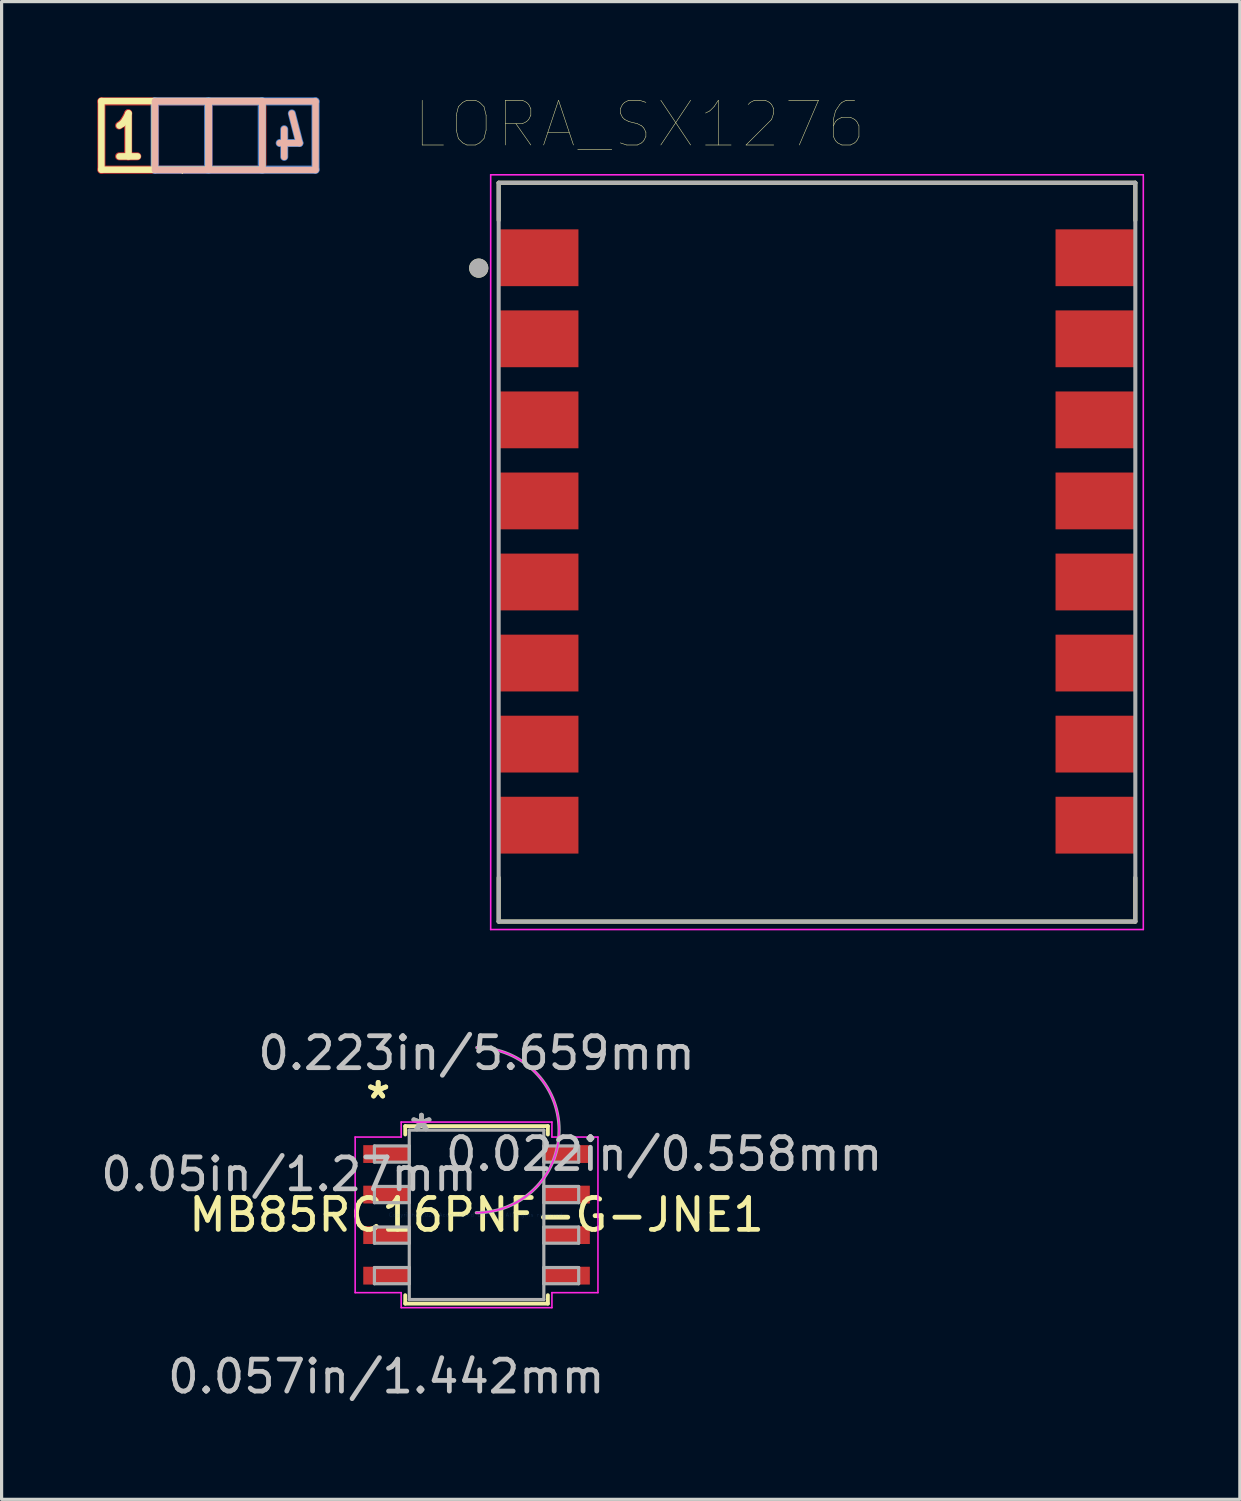
<source format=kicad_pcb>
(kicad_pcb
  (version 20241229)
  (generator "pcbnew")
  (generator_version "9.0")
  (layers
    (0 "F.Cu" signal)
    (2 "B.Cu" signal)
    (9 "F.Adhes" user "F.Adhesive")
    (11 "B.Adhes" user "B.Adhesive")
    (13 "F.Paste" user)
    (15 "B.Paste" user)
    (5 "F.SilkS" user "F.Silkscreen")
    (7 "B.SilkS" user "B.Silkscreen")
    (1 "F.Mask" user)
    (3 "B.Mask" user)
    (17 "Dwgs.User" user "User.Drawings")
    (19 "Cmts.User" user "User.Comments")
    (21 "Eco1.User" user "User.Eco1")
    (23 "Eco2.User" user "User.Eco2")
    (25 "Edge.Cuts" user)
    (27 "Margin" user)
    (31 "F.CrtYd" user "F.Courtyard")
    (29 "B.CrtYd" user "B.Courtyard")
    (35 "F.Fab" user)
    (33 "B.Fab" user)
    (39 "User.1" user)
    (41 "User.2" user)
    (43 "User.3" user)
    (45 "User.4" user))
  (footprint "MB85RC16PNF-G-JNE1"
    (layer "F.Cu")
    (at 11.883 35.018)
    (property "Reference" "MB85RC16PNF-G-JNE1" (at 0 0 0) (layer "F.SilkS") (effects (font (size 1 1) (thickness 0.15))))
    (attr through_hole)
    (fp_line (start -2.235 -2.781) (end -2.235 -2.517) (stroke (width 0.12) (type solid)) (layer "F.SilkS"))
    (fp_line (start -2.235 2.517) (end -2.235 2.781) (stroke (width 0.12) (type solid)) (layer "F.SilkS"))
    (fp_line (start -2.235 2.781) (end 2.235 2.781) (stroke (width 0.12) (type solid)) (layer "F.SilkS"))
    (fp_line (start 2.235 -2.781) (end -2.235 -2.781) (stroke (width 0.12) (type solid)) (layer "F.SilkS"))
    (fp_line (start 2.235 -2.517) (end 2.235 -2.781) (stroke (width 0.12) (type solid)) (layer "F.SilkS"))
    (fp_line (start 2.235 2.781) (end 2.235 2.517) (stroke (width 0.12) (type solid)) (layer "F.SilkS"))
    (fp_line (start -3.804 -2.438) (end -2.362 -2.438) (stroke (width 0.05) (type solid)) (layer "F.CrtYd"))
    (fp_line (start -3.804 2.438) (end -3.804 -2.438) (stroke (width 0.05) (type solid)) (layer "F.CrtYd"))
    (fp_line (start -2.362 -2.908) (end 2.362 -2.908) (stroke (width 0.05) (type solid)) (layer "F.CrtYd"))
    (fp_line (start -2.362 -2.438) (end -2.362 -2.908) (stroke (width 0.05) (type solid)) (layer "F.CrtYd"))
    (fp_line (start -2.362 2.438) (end -3.804 2.438) (stroke (width 0.05) (type solid)) (layer "F.CrtYd"))
    (fp_line (start -2.362 2.908) (end -2.362 2.438) (stroke (width 0.05) (type solid)) (layer "F.CrtYd"))
    (fp_line (start 2.362 -2.908) (end 2.362 -2.438) (stroke (width 0.05) (type solid)) (layer "F.CrtYd"))
    (fp_line (start 2.362 -2.438) (end 3.804 -2.438) (stroke (width 0.05) (type solid)) (layer "F.CrtYd"))
    (fp_line (start 2.362 2.438) (end 2.362 2.908) (stroke (width 0.05) (type solid)) (layer "F.CrtYd"))
    (fp_line (start 2.362 2.908) (end -2.362 2.908) (stroke (width 0.05) (type solid)) (layer "F.CrtYd"))
    (fp_line (start 3.804 -2.438) (end 3.804 2.438) (stroke (width 0.05) (type solid)) (layer "F.CrtYd"))
    (fp_line (start 3.804 2.438) (end 2.362 2.438) (stroke (width 0.05) (type solid)) (layer "F.CrtYd"))
    (fp_arc (start 0.008925 -5.241181) (mid 2.586881 -2.645375) (end -0.008925 -0.067419) (stroke (width 0.05) (type solid)) (layer "F.CrtYd"))
    (fp_line (start -3.2 -2.159) (end -3.2 -1.651) (stroke (width 0.1) (type solid)) (layer "F.Fab"))
    (fp_line (start -3.2 -1.651) (end -2.108 -1.651) (stroke (width 0.1) (type solid)) (layer "F.Fab"))
    (fp_line (start -3.2 -0.889) (end -3.2 -0.381) (stroke (width 0.1) (type solid)) (layer "F.Fab"))
    (fp_line (start -3.2 -0.381) (end -2.108 -0.381) (stroke (width 0.1) (type solid)) (layer "F.Fab"))
    (fp_line (start -3.2 0.381) (end -3.2 0.889) (stroke (width 0.1) (type solid)) (layer "F.Fab"))
    (fp_line (start -3.2 0.889) (end -2.108 0.889) (stroke (width 0.1) (type solid)) (layer "F.Fab"))
    (fp_line (start -3.2 1.651) (end -3.2 2.159) (stroke (width 0.1) (type solid)) (layer "F.Fab"))
    (fp_line (start -3.2 2.159) (end -2.108 2.159) (stroke (width 0.1) (type solid)) (layer "F.Fab"))
    (fp_line (start -2.108 -2.654) (end -2.108 2.654) (stroke (width 0.1) (type solid)) (layer "F.Fab"))
    (fp_line (start -2.108 -2.159) (end -3.2 -2.159) (stroke (width 0.1) (type solid)) (layer "F.Fab"))
    (fp_line (start -2.108 -1.651) (end -2.108 -2.159) (stroke (width 0.1) (type solid)) (layer "F.Fab"))
    (fp_line (start -2.108 -0.889) (end -3.2 -0.889) (stroke (width 0.1) (type solid)) (layer "F.Fab"))
    (fp_line (start -2.108 -0.381) (end -2.108 -0.889) (stroke (width 0.1) (type solid)) (layer "F.Fab"))
    (fp_line (start -2.108 0.381) (end -3.2 0.381) (stroke (width 0.1) (type solid)) (layer "F.Fab"))
    (fp_line (start -2.108 0.889) (end -2.108 0.381) (stroke (width 0.1) (type solid)) (layer "F.Fab"))
    (fp_line (start -2.108 1.651) (end -3.2 1.651) (stroke (width 0.1) (type solid)) (layer "F.Fab"))
    (fp_line (start -2.108 2.159) (end -2.108 1.651) (stroke (width 0.1) (type solid)) (layer "F.Fab"))
    (fp_line (start -2.108 2.654) (end 2.108 2.654) (stroke (width 0.1) (type solid)) (layer "F.Fab"))
    (fp_line (start 2.108 -2.654) (end -2.108 -2.654) (stroke (width 0.1) (type solid)) (layer "F.Fab"))
    (fp_line (start 2.108 -2.159) (end 2.108 -1.651) (stroke (width 0.1) (type solid)) (layer "F.Fab"))
    (fp_line (start 2.108 -1.651) (end 3.2 -1.651) (stroke (width 0.1) (type solid)) (layer "F.Fab"))
    (fp_line (start 2.108 -0.889) (end 2.108 -0.381) (stroke (width 0.1) (type solid)) (layer "F.Fab"))
    (fp_line (start 2.108 -0.381) (end 3.2 -0.381) (stroke (width 0.1) (type solid)) (layer "F.Fab"))
    (fp_line (start 2.108 0.381) (end 2.108 0.889) (stroke (width 0.1) (type solid)) (layer "F.Fab"))
    (fp_line (start 2.108 0.889) (end 3.2 0.889) (stroke (width 0.1) (type solid)) (layer "F.Fab"))
    (fp_line (start 2.108 1.651) (end 2.108 2.159) (stroke (width 0.1) (type solid)) (layer "F.Fab"))
    (fp_line (start 2.108 2.159) (end 3.2 2.159) (stroke (width 0.1) (type solid)) (layer "F.Fab"))
    (fp_line (start 2.108 2.654) (end 2.108 -2.654) (stroke (width 0.1) (type solid)) (layer "F.Fab"))
    (fp_line (start 3.2 -2.159) (end 2.108 -2.159) (stroke (width 0.1) (type solid)) (layer "F.Fab"))
    (fp_line (start 3.2 -1.651) (end 3.2 -2.159) (stroke (width 0.1) (type solid)) (layer "F.Fab"))
    (fp_line (start 3.2 -0.889) (end 2.108 -0.889) (stroke (width 0.1) (type solid)) (layer "F.Fab"))
    (fp_line (start 3.2 -0.381) (end 3.2 -0.889) (stroke (width 0.1) (type solid)) (layer "F.Fab"))
    (fp_line (start 3.2 0.381) (end 2.108 0.381) (stroke (width 0.1) (type solid)) (layer "F.Fab"))
    (fp_line (start 3.2 0.889) (end 3.2 0.381) (stroke (width 0.1) (type solid)) (layer "F.Fab"))
    (fp_line (start 3.2 1.651) (end 2.108 1.651) (stroke (width 0.1) (type solid)) (layer "F.Fab"))
    (fp_line (start 3.2 2.159) (end 3.2 1.651) (stroke (width 0.1) (type solid)) (layer "F.Fab"))
    (fp_arc (start 0.007742 -5.241181) (mid 2.586881 -2.646558) (end -0.007742 -0.067419) (stroke (width 0.1) (type solid)) (layer "F.Fab"))
    (fp_text user "*" (at -3.083 -3.606 0) (layer "F.SilkS") (effects (font (size 1 1) (thickness 0.15))))
    (fp_text user "*" (at -3.083 -3.606 0) (layer "F.SilkS") (effects (font (size 1 1) (thickness 0.15))))
    (fp_text user "0.05in/1.27mm" (at -5.877 -1.27 0) (layer "Dwgs.User") (effects (font (size 1 1) (thickness 0.15))))
    (fp_text user "0.223in/5.659mm" (at 0 -5.067 0) (layer "Dwgs.User") (effects (font (size 1 1) (thickness 0.15))))
    (fp_text user "0.022in/0.558mm" (at 5.877 -1.905 0) (layer "Dwgs.User") (effects (font (size 1 1) (thickness 0.15))))
    (fp_text user "0.057in/1.442mm" (at -2.829 5.067 0) (layer "Dwgs.User") (effects (font (size 1 1) (thickness 0.15))))
    (fp_text user "Copyright 2021 Accelerated Designs. All rights reserved." (at 0 0 0) (layer "Cmts.User") (effects (font (size 0.127 0.127) (thickness 0.002))))
    (fp_text user "*" (at -1.727 -2.578 0) (layer "F.Fab") (effects (font (size 1 1) (thickness 0.15))))
    (fp_text user "*" (at -1.727 -2.578 0) (layer "F.Fab") (effects (font (size 1 1) (thickness 0.15))))
    (pad "1" smd rect (at -2.829 -1.905) (size 1.442 0.558) (layers "F.Cu" "F.Mask" "F.Paste"))
    (pad "2" smd rect (at -2.829 -0.635) (size 1.442 0.558) (layers "F.Cu" "F.Mask" "F.Paste"))
    (pad "3" smd rect (at -2.829 0.635) (size 1.442 0.558) (layers "F.Cu" "F.Mask" "F.Paste"))
    (pad "4" smd rect (at -2.829 1.905) (size 1.442 0.558) (layers "F.Cu" "F.Mask" "F.Paste"))
    (pad "5" smd rect (at 2.829 1.905) (size 1.442 0.558) (layers "F.Cu" "F.Mask" "F.Paste"))
    (pad "6" smd rect (at 2.829 0.635) (size 1.442 0.558) (layers "F.Cu" "F.Mask" "F.Paste"))
    (pad "7" smd rect (at 2.829 -0.635) (size 1.442 0.558) (layers "F.Cu" "F.Mask" "F.Paste"))
    (pad "8" smd rect (at 2.829 -1.905) (size 1.442 0.558) (layers "F.Cu" "F.Mask" "F.Paste")))
  (footprint "LORA_SX1276"
    (layer "F.Cu")
    (at 22.551 14.252)
    (property "Reference" "LORA_SX1276" (at -5.562 -13.406 0) (layer "F.SilkS") (effects (font (size 1.402 1.402) (thickness 0.015))))
    (attr through_hole)
    (fp_line (start -9.975 -11.575) (end -9.975 -10.4) (stroke (width 0.127) (type solid)) (layer "F.SilkS"))
    (fp_line (start -9.975 11.575) (end -9.975 10.2) (stroke (width 0.127) (type solid)) (layer "F.SilkS"))
    (fp_line (start -9.975 11.575) (end 9.975 11.575) (stroke (width 0.127) (type solid)) (layer "F.SilkS"))
    (fp_line (start 9.975 -11.575) (end -9.975 -11.575) (stroke (width 0.127) (type solid)) (layer "F.SilkS"))
    (fp_line (start 9.975 -11.575) (end 9.975 -10.4) (stroke (width 0.127) (type solid)) (layer "F.SilkS"))
    (fp_line (start 9.975 11.575) (end 9.975 10.2) (stroke (width 0.127) (type solid)) (layer "F.SilkS"))
    (fp_circle (center -10.6 -8.9) (end -10.45 -8.9) (stroke (width 0.3) (type solid)) (fill no) (layer "F.SilkS"))
    (fp_line (start -10.225 -11.825) (end 10.225 -11.825) (stroke (width 0.05) (type solid)) (layer "F.CrtYd"))
    (fp_line (start -10.225 11.825) (end -10.225 -11.825) (stroke (width 0.05) (type solid)) (layer "F.CrtYd"))
    (fp_line (start 10.225 -11.825) (end 10.225 11.825) (stroke (width 0.05) (type solid)) (layer "F.CrtYd"))
    (fp_line (start 10.225 11.825) (end -10.225 11.825) (stroke (width 0.05) (type solid)) (layer "F.CrtYd"))
    (fp_line (start -9.975 -11.575) (end 9.975 -11.575) (stroke (width 0.127) (type solid)) (layer "F.Fab"))
    (fp_line (start -9.975 11.575) (end -9.975 -11.575) (stroke (width 0.127) (type solid)) (layer "F.Fab"))
    (fp_line (start 9.975 -11.575) (end 9.975 11.575) (stroke (width 0.127) (type solid)) (layer "F.Fab"))
    (fp_line (start 9.975 11.575) (end -9.975 11.575) (stroke (width 0.127) (type solid)) (layer "F.Fab"))
    (fp_circle (center -10.6 -8.9) (end -10.45 -8.9) (stroke (width 0.3) (type solid)) (fill no) (layer "F.Fab"))
    (pad "1" smd rect (at -8.725 -9.225) (size 2.5 1.78) (layers "F.Cu" "F.Mask" "F.Paste"))
    (pad "2" smd rect (at -8.725 -6.685) (size 2.5 1.78) (layers "F.Cu" "F.Mask" "F.Paste"))
    (pad "3" smd rect (at -8.725 -4.145) (size 2.5 1.78) (layers "F.Cu" "F.Mask" "F.Paste"))
    (pad "4" smd rect (at -8.725 -1.605) (size 2.5 1.78) (layers "F.Cu" "F.Mask" "F.Paste"))
    (pad "5" smd rect (at -8.725 0.935) (size 2.5 1.78) (layers "F.Cu" "F.Mask" "F.Paste"))
    (pad "6" smd rect (at -8.725 3.475) (size 2.5 1.78) (layers "F.Cu" "F.Mask" "F.Paste"))
    (pad "7" smd rect (at -8.725 6.015) (size 2.5 1.78) (layers "F.Cu" "F.Mask" "F.Paste"))
    (pad "8" smd rect (at -8.725 8.555) (size 2.5 1.78) (layers "F.Cu" "F.Mask" "F.Paste"))
    (pad "9" smd rect (at 8.725 8.555) (size 2.5 1.78) (layers "F.Cu" "F.Mask" "F.Paste"))
    (pad "10" smd rect (at 8.725 6.015) (size 2.5 1.78) (layers "F.Cu" "F.Mask" "F.Paste"))
    (pad "11" smd rect (at 8.725 3.475) (size 2.5 1.78) (layers "F.Cu" "F.Mask" "F.Paste"))
    (pad "12" smd rect (at 8.725 0.935) (size 2.5 1.78) (layers "F.Cu" "F.Mask" "F.Paste"))
    (pad "13" smd rect (at 8.725 -1.605) (size 2.5 1.78) (layers "F.Cu" "F.Mask" "F.Paste"))
    (pad "14" smd rect (at 8.725 -4.145) (size 2.5 1.78) (layers "F.Cu" "F.Mask" "F.Paste"))
    (pad "15" smd rect (at 8.725 -6.685) (size 2.5 1.78) (layers "F.Cu" "F.Mask" "F.Paste"))
    (pad "16" smd rect (at 8.725 -9.225) (size 2.5 1.78) (layers "F.Cu" "F.Mask" "F.Paste")))
  (footprint "LayerNumber_4"
    (layer "F.Cu")
    (at 3.137 1.267)
    (property "Reference" "LayerNumber_4" (at 0 1.016 0) (layer "F.SilkS") (effects (font (size 0.127 0.127) (thickness 0.025))))
    (attr exclude_from_pos_files exclude_from_bom)
    (fp_line (start -3.01 -1.14) (end -1.33 -1.14) (stroke (width 0.254) (type solid)) (layer "F.Cu"))
    (fp_line (start -3.01 1) (end -3.01 -1.14) (stroke (width 0.254) (type solid)) (layer "F.Cu"))
    (fp_line (start -1.33 -1.14) (end 0.35 -1.14) (stroke (width 0.254) (type solid)) (layer "F.Cu"))
    (fp_line (start -1.33 1) (end -3.01 1) (stroke (width 0.254) (type solid)) (layer "F.Cu"))
    (fp_line (start -1.33 1) (end -1.33 -1.14) (stroke (width 0.254) (type solid)) (layer "F.Cu"))
    (fp_line (start 0.35 -1.14) (end 0.35 1) (stroke (width 0.254) (type solid)) (layer "F.Cu"))
    (fp_line (start 0.35 -1.14) (end 2.03 -1.14) (stroke (width 0.254) (type solid)) (layer "F.Cu"))
    (fp_line (start 0.35 1) (end -1.33 1) (stroke (width 0.254) (type solid)) (layer "F.Cu"))
    (fp_line (start 2.03 -1.14) (end 2.03 1) (stroke (width 0.254) (type solid)) (layer "F.Cu"))
    (fp_line (start 2.03 1) (end 0.35 1) (stroke (width 0.254) (type solid)) (layer "F.Cu"))
    (fp_line (start 2.03 1) (end 2.03 -1.14) (stroke (width 0.254) (type solid)) (layer "F.Cu"))
    (fp_line (start -1.34 -1.14) (end -1.34 1) (stroke (width 0.254) (type solid)) (layer "B.Cu"))
    (fp_line (start -1.34 1) (end 0.34 1) (stroke (width 0.254) (type solid)) (layer "B.Cu"))
    (fp_line (start 0.34 -1.14) (end -1.34 -1.14) (stroke (width 0.254) (type solid)) (layer "B.Cu"))
    (fp_line (start 0.34 -1.14) (end 0.34 1) (stroke (width 0.254) (type solid)) (layer "B.Cu"))
    (fp_line (start 0.34 1) (end 0.34 -1.14) (stroke (width 0.254) (type solid)) (layer "B.Cu"))
    (fp_line (start 0.34 1) (end 2.02 1) (stroke (width 0.254) (type solid)) (layer "B.Cu"))
    (fp_line (start 2.02 -1.14) (end 0.34 -1.14) (stroke (width 0.254) (type solid)) (layer "B.Cu"))
    (fp_line (start 2.02 -1.14) (end 2.02 1) (stroke (width 0.254) (type solid)) (layer "B.Cu"))
    (fp_line (start 2.02 1) (end 2.02 -1.14) (stroke (width 0.254) (type solid)) (layer "B.Cu"))
    (fp_line (start 2.02 1) (end 3.7 1) (stroke (width 0.254) (type solid)) (layer "B.Cu"))
    (fp_line (start 3.7 -1.14) (end 2.02 -1.14) (stroke (width 0.254) (type solid)) (layer "B.Cu"))
    (fp_line (start 3.7 1) (end 3.7 -1.14) (stroke (width 0.254) (type solid)) (layer "B.Cu"))
    (fp_line (start -1.33 -1.14) (end 0.35 -1.14) (stroke (width 0.254) (type solid)) (layer "In1.Cu"))
    (fp_line (start -1.33 1) (end -1.33 -1.14) (stroke (width 0.254) (type solid)) (layer "In1.Cu"))
    (fp_line (start 0.35 -1.14) (end 0.35 1) (stroke (width 0.254) (type solid)) (layer "In1.Cu"))
    (fp_line (start 0.35 -1.14) (end 2.03 -1.14) (stroke (width 0.254) (type solid)) (layer "In1.Cu"))
    (fp_line (start 0.35 1) (end -1.33 1) (stroke (width 0.254) (type solid)) (layer "In1.Cu"))
    (fp_line (start 0.35 1) (end -1.33 1) (stroke (width 0.254) (type solid)) (layer "In1.Cu"))
    (fp_line (start 2.03 1) (end 0.35 1) (stroke (width 0.254) (type solid)) (layer "In1.Cu"))
    (fp_line (start 2.03 1) (end 2.03 -1.14) (stroke (width 0.254) (type solid)) (layer "In1.Cu"))
    (fp_line (start -3.01 1) (end -3.01 -1.15) (stroke (width 0.203) (type solid)) (layer "F.SilkS"))
    (fp_line (start -3.01 1) (end 2.03 1) (stroke (width 0.203) (type solid)) (layer "F.SilkS"))
    (fp_line (start -1.34 -1.15) (end -1.34 1) (stroke (width 0.203) (type solid)) (layer "F.SilkS"))
    (fp_line (start 0.35 -1.15) (end 0.35 1) (stroke (width 0.203) (type solid)) (layer "F.SilkS"))
    (fp_line (start 2.03 -1.15) (end -3.01 -1.15) (stroke (width 0.203) (type solid)) (layer "F.SilkS"))
    (fp_line (start 2.03 -1.15) (end 2.03 1) (stroke (width 0.203) (type solid)) (layer "F.SilkS"))
    (fp_line (start -1.33 -1.14) (end 0.35 -1.14) (stroke (width 0.254) (type solid)) (layer "In2.Cu"))
    (fp_line (start -1.33 1) (end -1.33 -1.14) (stroke (width 0.254) (type solid)) (layer "In2.Cu"))
    (fp_line (start 0.35 -1.14) (end 0.35 1) (stroke (width 0.254) (type solid)) (layer "In2.Cu"))
    (fp_line (start 0.35 -1.14) (end 2.03 -1.14) (stroke (width 0.254) (type solid)) (layer "In2.Cu"))
    (fp_line (start 0.35 1) (end -1.33 1) (stroke (width 0.254) (type solid)) (layer "In2.Cu"))
    (fp_line (start 0.35 1) (end -1.33 1) (stroke (width 0.254) (type solid)) (layer "In2.Cu"))
    (fp_line (start 2.03 1) (end 0.35 1) (stroke (width 0.254) (type solid)) (layer "In2.Cu"))
    (fp_line (start 2.03 1) (end 2.03 -1.14) (stroke (width 0.254) (type solid)) (layer "In2.Cu"))
    (fp_line (start -1.33 -1.14) (end -1.33 1.01) (stroke (width 0.203) (type solid)) (layer "B.SilkS"))
    (fp_line (start -1.33 -1.14) (end 3.7 -1.14) (stroke (width 0.203) (type solid)) (layer "B.SilkS"))
    (fp_line (start 0.35 -1.14) (end 0.35 1.01) (stroke (width 0.203) (type solid)) (layer "B.SilkS"))
    (fp_line (start 2.03 -1.14) (end 2.03 1.01) (stroke (width 0.203) (type solid)) (layer "B.SilkS"))
    (fp_line (start 3.7 1.01) (end -1.33 1.01) (stroke (width 0.203) (type solid)) (layer "B.SilkS"))
    (fp_line (start 3.7 1.01) (end 3.7 -1.14) (stroke (width 0.203) (type solid)) (layer "B.SilkS"))
    (fp_text user "1" (at -2.17 -0.03 0) (layer "F.Cu") (effects (font (size 1.35 1) (thickness 0.25))))
    (fp_text user "4" (at 2.91 0.01 0) (layer "B.Cu") (effects (font (size 1.3 1) (thickness 0.25)) (justify mirror)))
    (fp_text user "2" (at -0.5 -0.03 0) (layer "In1.Cu") (effects (font (size 1.35 1) (thickness 0.25))))
    (fp_text user "1" (at -2.16 -0.03 0) (layer "F.SilkS") (effects (font (size 1.35 1) (thickness 0.203))))
    (fp_text user "3" (at 1.21 -0.01 0) (layer "In2.Cu") (effects (font (size 1.35 1) (thickness 0.203)) (justify mirror)))
    (fp_text user "4" (at 2.91 0.01 0) (layer "B.SilkS") (effects (font (size 1.3 1) (thickness 0.203)) (justify mirror))))
  (gr_rect
    (start -3 -3)
    (end 35.801 43.933)
    (stroke (width 0.1) (type default))
    (fill no)
    (layer "Edge.Cuts")))
</source>
